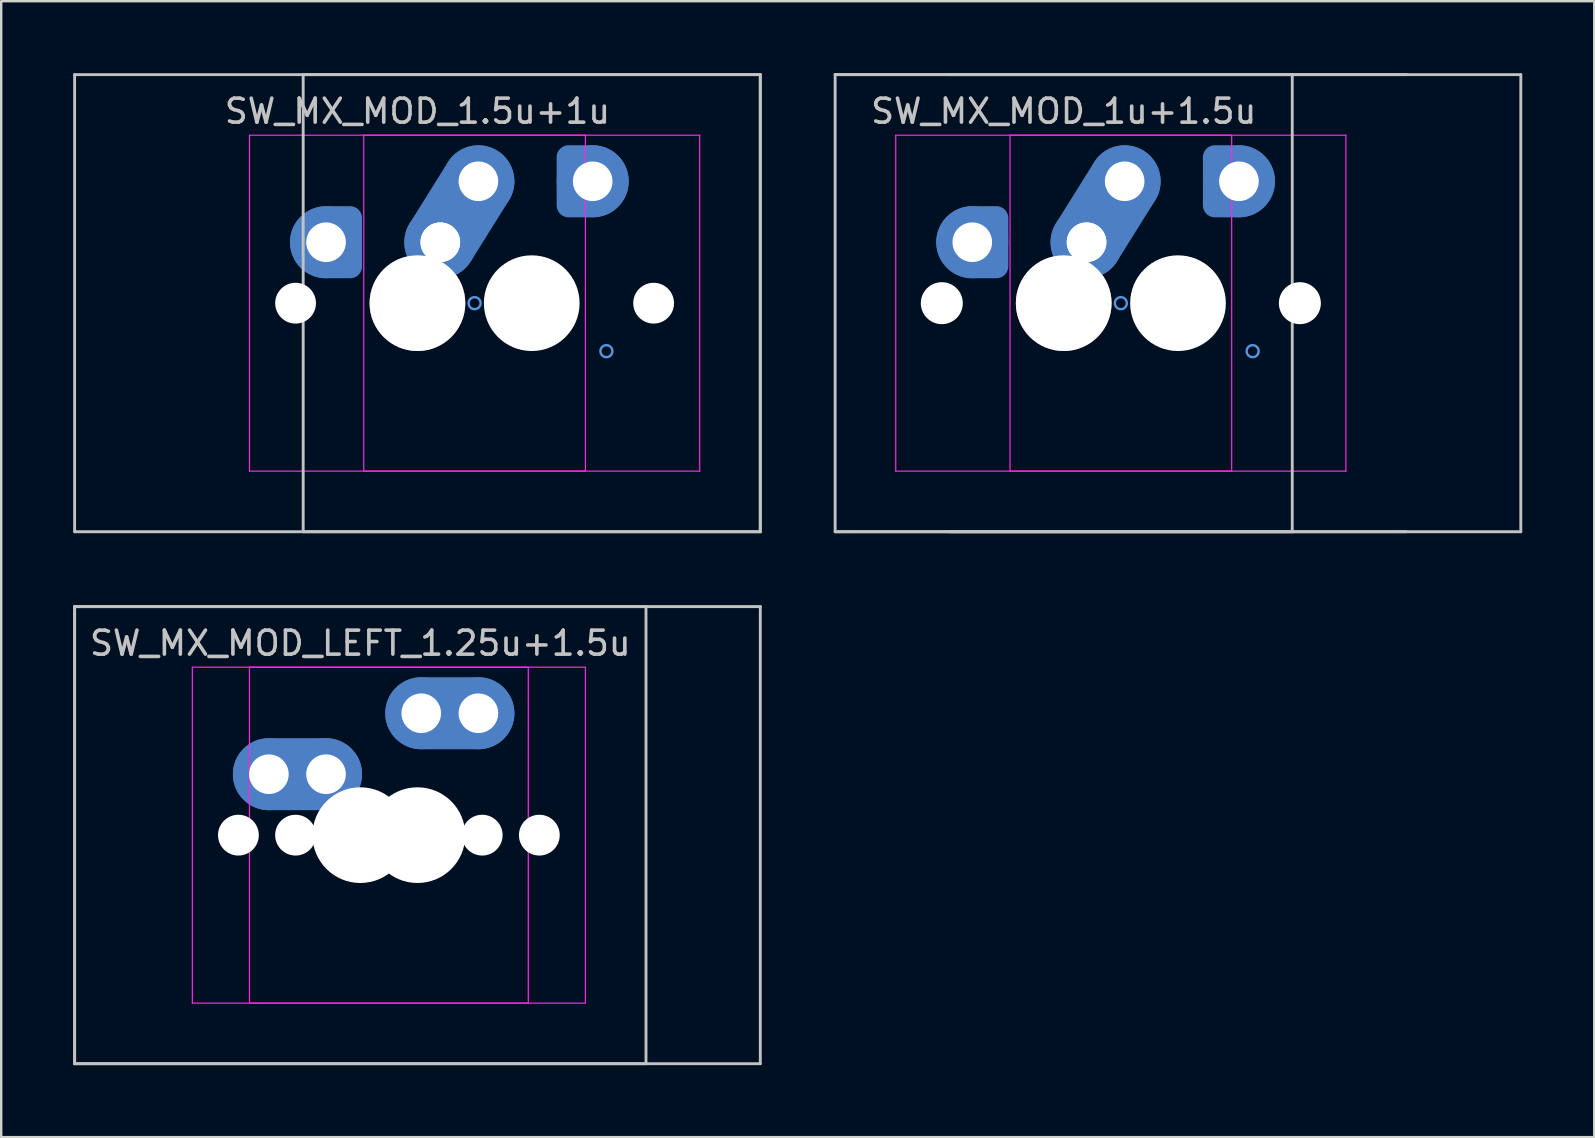
<source format=kicad_pcb>
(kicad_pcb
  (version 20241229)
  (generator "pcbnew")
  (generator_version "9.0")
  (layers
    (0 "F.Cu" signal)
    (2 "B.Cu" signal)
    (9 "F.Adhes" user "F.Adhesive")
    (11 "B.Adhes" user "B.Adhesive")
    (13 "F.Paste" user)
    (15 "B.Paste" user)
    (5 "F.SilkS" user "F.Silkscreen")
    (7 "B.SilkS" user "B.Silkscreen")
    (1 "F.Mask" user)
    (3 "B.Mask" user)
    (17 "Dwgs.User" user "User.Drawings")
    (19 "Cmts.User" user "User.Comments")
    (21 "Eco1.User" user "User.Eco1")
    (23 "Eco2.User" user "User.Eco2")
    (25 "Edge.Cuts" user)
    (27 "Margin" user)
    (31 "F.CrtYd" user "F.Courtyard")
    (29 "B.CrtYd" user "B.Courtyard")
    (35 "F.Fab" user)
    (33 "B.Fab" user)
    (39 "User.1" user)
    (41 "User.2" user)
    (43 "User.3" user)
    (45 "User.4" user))
  (footprint "SW_MX_MOD_1u+1.5u"
    (layer "F.Cu")
    (at 41.28 9.585)
    (property "Reference" "SW_MX_MOD_1u+1.5u" (at 0 -8 0) (layer "Dwgs.User") (effects (font (size 1 1) (thickness 0.15))))
    (attr through_hole exclude_from_pos_files exclude_from_bom)
    (fp_line (start -9.525 -9.525) (end -9.525 9.525) (stroke (width 0.12) (type solid)) (layer "Dwgs.User"))
    (fp_line (start -9.525 9.525) (end 9.525 9.525) (stroke (width 0.12) (type solid)) (layer "Dwgs.User"))
    (fp_line (start -9.525 9.525) (end 19.05 9.525) (stroke (width 0.12) (type solid)) (layer "Dwgs.User"))
    (fp_line (start -4.763 9.525) (end 14.287 9.525) (stroke (width 0.12) (type solid)) (layer "Dwgs.User"))
    (fp_line (start 9.525 -9.525) (end -9.525 -9.525) (stroke (width 0.12) (type solid)) (layer "Dwgs.User"))
    (fp_line (start 9.525 9.525) (end 9.525 -9.525) (stroke (width 0.12) (type solid)) (layer "Dwgs.User"))
    (fp_line (start 14.287 -9.525) (end -4.763 -9.525) (stroke (width 0.12) (type solid)) (layer "Dwgs.User"))
    (fp_line (start 19.05 -9.525) (end -9.525 -9.525) (stroke (width 0.12) (type solid)) (layer "Dwgs.User"))
    (fp_line (start 19.05 9.525) (end 19.05 -9.525) (stroke (width 0.12) (type solid)) (layer "Dwgs.User"))
    (fp_circle (center -3.81 -2.54) (end -3.81 -2.79) (stroke (width 0.1) (type default)) (fill no) (layer "Cmts.User"))
    (fp_circle (center 2.381 0) (end 2.381 -0.25) (stroke (width 0.1) (type default)) (fill no) (layer "Cmts.User"))
    (fp_circle (center 7.303 -5.08) (end 7.303 -4.83) (stroke (width 0.1) (type default)) (fill no) (layer "Cmts.User"))
    (fp_circle (center 7.874 2) (end 7.874 1.75) (stroke (width 0.1) (type default)) (fill no) (layer "Cmts.User"))
    (fp_line (start -7 6.5) (end -7 -6.5) (stroke (width 0.05) (type solid)) (layer "Eco2.User"))
    (fp_line (start -6.5 -7) (end 6.5 -7) (stroke (width 0.05) (type solid)) (layer "Eco2.User"))
    (fp_line (start -2.237 6.5) (end -2.237 -6.5) (stroke (width 0.05) (type solid)) (layer "Eco2.User"))
    (fp_line (start -1.738 -7) (end 11.262 -7) (stroke (width 0.05) (type solid)) (layer "Eco2.User"))
    (fp_line (start 6.5 7) (end -6.5 7) (stroke (width 0.05) (type solid)) (layer "Eco2.User"))
    (fp_line (start 7 -6.5) (end 7 6.5) (stroke (width 0.05) (type solid)) (layer "Eco2.User"))
    (fp_line (start 11.262 7) (end -1.738 7) (stroke (width 0.05) (type solid)) (layer "Eco2.User"))
    (fp_line (start 11.762 -6.5) (end 11.762 6.5) (stroke (width 0.05) (type solid)) (layer "Eco2.User"))
    (fp_arc (start -7 -6.5) (mid -6.853553 -6.853553) (end -6.5 -7) (stroke (width 0.05) (type solid)) (layer "Eco2.User"))
    (fp_arc (start -6.5 7) (mid -6.853553 6.853553) (end -7 6.5) (stroke (width 0.05) (type solid)) (layer "Eco2.User"))
    (fp_arc (start -2.2375 -6.5) (mid -2.091053 -6.853553) (end -1.7375 -7) (stroke (width 0.05) (type solid)) (layer "Eco2.User"))
    (fp_arc (start -1.7375 7) (mid -2.091053 6.853553) (end -2.2375 6.5) (stroke (width 0.05) (type solid)) (layer "Eco2.User"))
    (fp_arc (start 6.5 -7) (mid 6.853553 -6.853553) (end 7 -6.5) (stroke (width 0.05) (type solid)) (layer "Eco2.User"))
    (fp_arc (start 6.997236 6.498884) (mid 6.850789 6.852437) (end 6.497236 6.998884) (stroke (width 0.05) (type solid)) (layer "Eco2.User"))
    (fp_arc (start 11.2625 -7) (mid 11.616053 -6.853553) (end 11.7625 -6.5) (stroke (width 0.05) (type solid)) (layer "Eco2.User"))
    (fp_arc (start 11.759736 6.498884) (mid 11.613289 6.852437) (end 11.259736 6.998884) (stroke (width 0.05) (type solid)) (layer "Eco2.User"))
    (fp_line (start -7 -7) (end -7 7) (stroke (width 0.05) (type solid)) (layer "F.CrtYd"))
    (fp_line (start -7 7) (end 7 7) (stroke (width 0.05) (type solid)) (layer "F.CrtYd"))
    (fp_line (start -2.237 -7) (end -2.237 7) (stroke (width 0.05) (type solid)) (layer "F.CrtYd"))
    (fp_line (start -2.237 7) (end 11.762 7) (stroke (width 0.05) (type solid)) (layer "F.CrtYd"))
    (fp_line (start 7 -7) (end -7 -7) (stroke (width 0.05) (type solid)) (layer "F.CrtYd"))
    (fp_line (start 7 7) (end 7 -7) (stroke (width 0.05) (type solid)) (layer "F.CrtYd"))
    (fp_line (start 11.762 -7) (end -2.237 -7) (stroke (width 0.05) (type solid)) (layer "F.CrtYd"))
    (fp_line (start 11.762 7) (end 11.762 -7) (stroke (width 0.05) (type solid)) (layer "F.CrtYd"))
    (pad "" np_thru_hole circle (at -5.08 0) (size 1.75 1.75) (drill 1.75) (layers "*.Cu" "*.Mask"))
    (pad "" np_thru_hole circle (at 4.763 0) (size 3.988 3.988) (drill 3.988) (layers "*.Cu" "*.Mask"))
    (pad "" np_thru_hole circle (at 9.842 0) (size 1.75 1.75) (drill 1.75) (layers "*.Cu" "*.Mask"))
    (pad "1" thru_hole circle (at -3.81 -2.54) (size 2 2) (drill 1.65) (layers "*.Cu") (remove_unused_layers yes) (keep_end_layers yes) (zone_layer_connections))
    (pad "1" smd custom (at -3.81 -2.54) (size 2.7 2.7) (layers "B.Cu" "B.Mask") (options (anchor circle)) (primitives (gr_poly (pts (arc (start 0 1.35) (mid -1.35 0) (end 0 -1.35)) (arc (start 0.9 -1.35) (mid 1.218198 -1.218198) (end 1.35 -0.9)) (arc (start 1.35 0.9) (mid 1.218198 1.218198) (end 0.9 1.35))) (width 0.004) (fill yes))))
    (pad "1" smd circle (at -3.81 -2.54) (size 3 3) (layers "B.Cu"))
    (pad "1" smd custom (at -3.81 -2.54) (size 3 3) (layers "B.Cu") (options (anchor circle)) (primitives (gr_poly (pts (arc (start 0 1.5) (mid -1.5 0) (end 0 -1.5)) (arc (start 1 -1.5) (mid 1.353554 -1.353554) (end 1.5 -1)) (arc (start 1.5 1) (mid 1.353554 1.353554) (end 1 1.5))) (width 0.004) (fill yes))))
    (pad "1" thru_hole circle (at 7.303 -5.08 180) (size 2 2) (drill 1.65) (layers "*.Cu") (remove_unused_layers yes) (keep_end_layers yes) (zone_layer_connections))
    (pad "1" smd custom (at 7.303 -5.08 180) (size 2.7 2.7) (layers "B.Cu" "B.Mask") (options (anchor circle)) (primitives (gr_poly (pts (arc (start 0 1.35) (mid -1.35 0) (end 0 -1.35)) (arc (start 0.9 -1.35) (mid 1.218198 -1.218198) (end 1.35 -0.9)) (arc (start 1.35 0.9) (mid 1.218198 1.218198) (end 0.9 1.35))) (width 0.004) (fill yes))))
    (pad "1" smd circle (at 7.303 -5.08 180) (size 3 3) (layers "B.Cu"))
    (pad "1" smd custom (at 7.303 -5.08 180) (size 3 3) (layers "B.Cu") (options (anchor circle)) (primitives (gr_poly (pts (arc (start 0 1.5) (mid -1.5 0) (end 0 -1.5)) (arc (start 1 -1.5) (mid 1.353554 -1.353554) (end 1.5 -1)) (arc (start 1.5 1) (mid 1.353554 1.353554) (end 1 1.5))) (width 0.004) (fill yes))))
    (pad "2" thru_hole circle (at 0 0) (size 3.988 3.988) (drill 3.988) (layers "*.Cu" "*.Mask"))
    (pad "2" thru_hole circle (at 0.953 -2.54) (size 2 2) (drill 1.65) (layers "*.Cu") (remove_unused_layers yes) (keep_end_layers yes) (zone_layer_connections))
    (pad "2" thru_hole circle (at 0.953 -2.54) (size 2 2) (drill 1.65) (layers "*.Cu") (remove_unused_layers yes) (keep_end_layers yes) (zone_layer_connections))
    (pad "2" smd circle (at 0.953 -2.54 180) (size 2.7 2.7) (layers "B.Cu" "B.Mask"))
    (pad "2" smd circle (at 0.953 -2.54 180) (size 3 3) (layers "B.Cu"))
    (pad "2" smd oval (at 1.745 -3.808 328) (size 2 4.995) (layers "F.Cu"))
    (pad "2" smd oval (at 1.745 -3.808 148) (size 2 4.995) (layers "F.Cu"))
    (pad "2" smd oval (at 1.745 -3.808 328) (size 3 5.995) (layers "B.Cu"))
    (pad "2" thru_hole circle (at 2.54 -5.08) (size 2 2) (drill 1.65) (layers "*.Cu") (remove_unused_layers yes) (keep_end_layers yes) (zone_layer_connections))
    (pad "2" smd circle (at 2.54 -5.08) (size 2.7 2.7) (layers "B.Cu" "B.Mask"))
    (pad "2" smd circle (at 2.54 -5.08 180) (size 3 3) (layers "B.Cu")))
  (footprint "SW_MX_MOD_LEFT_1.25u+1.5u"
    (layer "F.Cu")
    (at 11.966 31.755)
    (property "Reference" "SW_MX_MOD_LEFT_1.25u+1.5u" (at 0 -8 0) (layer "Dwgs.User") (effects (font (size 1 1) (thickness 0.15))))
    (attr through_hole exclude_from_pos_files exclude_from_bom)
    (fp_line (start -11.906 -9.525) (end -11.906 9.525) (stroke (width 0.12) (type solid)) (layer "Dwgs.User"))
    (fp_line (start -11.906 -9.525) (end -11.906 9.525) (stroke (width 0.12) (type solid)) (layer "Dwgs.User"))
    (fp_line (start -11.906 9.525) (end 11.906 9.525) (stroke (width 0.12) (type solid)) (layer "Dwgs.User"))
    (fp_line (start -11.906 9.525) (end 16.669 9.525) (stroke (width 0.12) (type solid)) (layer "Dwgs.User"))
    (fp_line (start 11.906 -9.525) (end -11.906 -9.525) (stroke (width 0.12) (type solid)) (layer "Dwgs.User"))
    (fp_line (start 11.906 9.525) (end 11.906 -9.525) (stroke (width 0.12) (type solid)) (layer "Dwgs.User"))
    (fp_line (start 16.669 -9.525) (end -11.906 -9.525) (stroke (width 0.12) (type solid)) (layer "Dwgs.User"))
    (fp_line (start 16.669 9.525) (end 16.669 -9.525) (stroke (width 0.12) (type solid)) (layer "Dwgs.User"))
    (fp_line (start -7 6.5) (end -7 -6.5) (stroke (width 0.05) (type solid)) (layer "Eco2.User"))
    (fp_line (start -6.5 -7) (end 6.5 -7) (stroke (width 0.05) (type solid)) (layer "Eco2.User"))
    (fp_line (start -4.619 6.5) (end -4.619 -6.5) (stroke (width 0.05) (type solid)) (layer "Eco2.User"))
    (fp_line (start -4.119 -7) (end 8.881 -7) (stroke (width 0.05) (type solid)) (layer "Eco2.User"))
    (fp_line (start 6.5 7) (end -6.5 7) (stroke (width 0.05) (type solid)) (layer "Eco2.User"))
    (fp_line (start 7 -6.5) (end 7 6.5) (stroke (width 0.05) (type solid)) (layer "Eco2.User"))
    (fp_line (start 8.881 7) (end -4.119 7) (stroke (width 0.05) (type solid)) (layer "Eco2.User"))
    (fp_line (start 9.381 -6.5) (end 9.381 6.5) (stroke (width 0.05) (type solid)) (layer "Eco2.User"))
    (fp_arc (start -7 -6.5) (mid -6.853553 -6.853553) (end -6.5 -7) (stroke (width 0.05) (type solid)) (layer "Eco2.User"))
    (fp_arc (start -6.5 7) (mid -6.853553 6.853553) (end -7 6.5) (stroke (width 0.05) (type solid)) (layer "Eco2.User"))
    (fp_arc (start -4.61875 -6.5) (mid -4.472303 -6.853553) (end -4.11875 -7) (stroke (width 0.05) (type solid)) (layer "Eco2.User"))
    (fp_arc (start -4.11875 7) (mid -4.472303 6.853553) (end -4.61875 6.5) (stroke (width 0.05) (type solid)) (layer "Eco2.User"))
    (fp_arc (start 6.5 -7) (mid 6.853553 -6.853553) (end 7 -6.5) (stroke (width 0.05) (type solid)) (layer "Eco2.User"))
    (fp_arc (start 6.997236 6.498884) (mid 6.850789 6.852437) (end 6.497236 6.998884) (stroke (width 0.05) (type solid)) (layer "Eco2.User"))
    (fp_arc (start 8.88125 -7) (mid 9.234803 -6.853553) (end 9.38125 -6.5) (stroke (width 0.05) (type solid)) (layer "Eco2.User"))
    (fp_arc (start 9.378486 6.498884) (mid 9.232039 6.852437) (end 8.878486 6.998884) (stroke (width 0.05) (type solid)) (layer "Eco2.User"))
    (fp_line (start -7 -7) (end -7 7) (stroke (width 0.05) (type solid)) (layer "F.CrtYd"))
    (fp_line (start -7 7) (end 7 7) (stroke (width 0.05) (type solid)) (layer "F.CrtYd"))
    (fp_line (start -4.619 -7) (end -4.619 7) (stroke (width 0.05) (type solid)) (layer "F.CrtYd"))
    (fp_line (start -4.619 7) (end 9.381 7) (stroke (width 0.05) (type solid)) (layer "F.CrtYd"))
    (fp_line (start 7 -7) (end -7 -7) (stroke (width 0.05) (type solid)) (layer "F.CrtYd"))
    (fp_line (start 7 7) (end 7 -7) (stroke (width 0.05) (type solid)) (layer "F.CrtYd"))
    (fp_line (start 9.381 -7) (end -4.619 -7) (stroke (width 0.05) (type solid)) (layer "F.CrtYd"))
    (fp_line (start 9.381 7) (end 9.381 -7) (stroke (width 0.05) (type solid)) (layer "F.CrtYd"))
    (pad "" np_thru_hole circle (at -5.08 0) (size 1.7 1.7) (drill 1.7) (layers "*.Cu" "*.Mask"))
    (pad "" np_thru_hole circle (at -2.699 0) (size 1.7 1.7) (drill 1.7) (layers "*.Cu" "*.Mask"))
    (pad "" np_thru_hole circle (at 0 0) (size 3.988 3.988) (drill 3.988) (layers "*.Cu" "*.Mask"))
    (pad "" np_thru_hole circle (at 2.381 0) (size 3.988 3.988) (drill 3.988) (layers "*.Cu" "*.Mask"))
    (pad "" np_thru_hole circle (at 5.08 0) (size 1.7 1.7) (drill 1.7) (layers "*.Cu" "*.Mask"))
    (pad "" np_thru_hole circle (at 7.461 0) (size 1.7 1.7) (drill 1.7) (layers "*.Cu" "*.Mask"))
    (pad "1" thru_hole circle (at -3.81 -2.54) (size 2 2) (drill 1.65) (layers "*.Cu") (remove_unused_layers yes) (keep_end_layers yes) (zone_layer_connections))
    (pad "1" smd circle (at -3.81 -2.54) (size 2.7 2.7) (layers "B.Cu" "B.Mask"))
    (pad "1" smd circle (at -3.81 -2.54) (size 3 3) (layers "B.Cu"))
    (pad "1" smd oval (at -2.619 -2.54) (size 4.381 2) (layers "F.Cu"))
    (pad "1" smd oval (at -2.619 -2.54) (size 5.381 3) (layers "B.Cu"))
    (pad "1" thru_hole circle (at -1.429 -2.54) (size 2 2) (drill 1.65) (layers "*.Cu") (remove_unused_layers yes) (keep_end_layers yes) (zone_layer_connections))
    (pad "1" smd circle (at -1.429 -2.54) (size 2.7 2.7) (layers "B.Cu" "B.Mask"))
    (pad "1" smd circle (at -1.429 -2.54) (size 3 3) (layers "B.Cu"))
    (pad "2" thru_hole circle (at 2.54 -5.08) (size 2 2) (drill 1.65) (layers "*.Cu") (remove_unused_layers yes) (keep_end_layers yes) (zone_layer_connections))
    (pad "2" smd circle (at 2.54 -5.08) (size 2.7 2.7) (layers "B.Cu" "B.Mask"))
    (pad "2" smd circle (at 2.54 -5.08) (size 3 3) (layers "B.Cu"))
    (pad "2" smd oval (at 3.731 -5.08) (size 4.381 2) (layers "F.Cu"))
    (pad "2" smd oval (at 3.731 -5.08) (size 5.381 3) (layers "B.Cu"))
    (pad "2" thru_hole circle (at 4.921 -5.08) (size 2 2) (drill 1.65) (layers "*.Cu") (remove_unused_layers yes) (keep_end_layers yes) (zone_layer_connections))
    (pad "2" smd circle (at 4.921 -5.08) (size 2.7 2.7) (layers "B.Cu" "B.Mask"))
    (pad "2" smd circle (at 4.921 -5.08) (size 3 3) (layers "B.Cu")))
  (footprint "SW_MX_MOD_1.5u+1u"
    (layer "F.Cu")
    (at 19.11 9.585)
    (property "Reference" "SW_MX_MOD_1.5u+1u" (at -4.763 -8 0) (layer "Dwgs.User") (effects (font (size 1 1) (thickness 0.15))))
    (attr through_hole exclude_from_pos_files exclude_from_bom)
    (fp_line (start -19.05 -9.525) (end -19.05 9.525) (stroke (width 0.12) (type solid)) (layer "Dwgs.User"))
    (fp_line (start -19.05 9.525) (end 9.525 9.525) (stroke (width 0.12) (type solid)) (layer "Dwgs.User"))
    (fp_line (start -9.525 -9.525) (end -9.525 9.525) (stroke (width 0.12) (type solid)) (layer "Dwgs.User"))
    (fp_line (start -9.525 9.525) (end 9.525 9.525) (stroke (width 0.12) (type solid)) (layer "Dwgs.User"))
    (fp_line (start 9.525 -9.525) (end -19.05 -9.525) (stroke (width 0.12) (type solid)) (layer "Dwgs.User"))
    (fp_line (start 9.525 -9.525) (end -9.525 -9.525) (stroke (width 0.12) (type solid)) (layer "Dwgs.User"))
    (fp_line (start 9.525 9.525) (end 9.525 -9.525) (stroke (width 0.12) (type solid)) (layer "Dwgs.User"))
    (fp_line (start 9.525 9.525) (end 9.525 -9.525) (stroke (width 0.12) (type solid)) (layer "Dwgs.User"))
    (fp_circle (center -8.572 -2.54) (end -8.572 -2.79) (stroke (width 0.1) (type default)) (fill no) (layer "Cmts.User"))
    (fp_circle (center -2.381 0) (end -2.381 -0.25) (stroke (width 0.1) (type default)) (fill no) (layer "Cmts.User"))
    (fp_circle (center 2.54 -5.08) (end 2.54 -4.83) (stroke (width 0.1) (type default)) (fill no) (layer "Cmts.User"))
    (fp_circle (center 3.112 2) (end 3.112 1.75) (stroke (width 0.1) (type default)) (fill no) (layer "Cmts.User"))
    (fp_line (start -11.762 6.5) (end -11.762 -6.5) (stroke (width 0.05) (type solid)) (layer "Eco2.User"))
    (fp_line (start -11.262 -7) (end 1.738 -7) (stroke (width 0.05) (type solid)) (layer "Eco2.User"))
    (fp_line (start -7 6.5) (end -7 -6.5) (stroke (width 0.05) (type solid)) (layer "Eco2.User"))
    (fp_line (start -6.5 -7) (end 6.5 -7) (stroke (width 0.05) (type solid)) (layer "Eco2.User"))
    (fp_line (start 1.738 7) (end -11.262 7) (stroke (width 0.05) (type solid)) (layer "Eco2.User"))
    (fp_line (start 2.237 -6.5) (end 2.237 6.5) (stroke (width 0.05) (type solid)) (layer "Eco2.User"))
    (fp_line (start 6.5 7) (end -6.5 7) (stroke (width 0.05) (type solid)) (layer "Eco2.User"))
    (fp_line (start 7 -6.5) (end 7 6.5) (stroke (width 0.05) (type solid)) (layer "Eco2.User"))
    (fp_arc (start -11.7625 -6.5) (mid -11.616053 -6.853553) (end -11.2625 -7) (stroke (width 0.05) (type solid)) (layer "Eco2.User"))
    (fp_arc (start -11.2625 7) (mid -11.616053 6.853553) (end -11.7625 6.5) (stroke (width 0.05) (type solid)) (layer "Eco2.User"))
    (fp_arc (start -7 -6.5) (mid -6.853553 -6.853553) (end -6.5 -7) (stroke (width 0.05) (type solid)) (layer "Eco2.User"))
    (fp_arc (start -6.5 7) (mid -6.853553 6.853553) (end -7 6.5) (stroke (width 0.05) (type solid)) (layer "Eco2.User"))
    (fp_arc (start 1.7375 -7) (mid 2.091053 -6.853553) (end 2.2375 -6.5) (stroke (width 0.05) (type solid)) (layer "Eco2.User"))
    (fp_arc (start 2.234736 6.498884) (mid 2.088297 6.85246) (end 1.734736 6.998884) (stroke (width 0.05) (type solid)) (layer "Eco2.User"))
    (fp_arc (start 6.5 -7) (mid 6.853553 -6.853553) (end 7 -6.5) (stroke (width 0.05) (type solid)) (layer "Eco2.User"))
    (fp_arc (start 6.997236 6.498884) (mid 6.850806 6.852455) (end 6.497236 6.998884) (stroke (width 0.05) (type solid)) (layer "Eco2.User"))
    (fp_line (start -11.762 -7) (end -11.762 7) (stroke (width 0.05) (type solid)) (layer "F.CrtYd"))
    (fp_line (start -11.762 7) (end 2.237 7) (stroke (width 0.05) (type solid)) (layer "F.CrtYd"))
    (fp_line (start -7 -7) (end -7 7) (stroke (width 0.05) (type solid)) (layer "F.CrtYd"))
    (fp_line (start -7 7) (end 7 7) (stroke (width 0.05) (type solid)) (layer "F.CrtYd"))
    (fp_line (start 2.237 -7) (end -11.762 -7) (stroke (width 0.05) (type solid)) (layer "F.CrtYd"))
    (fp_line (start 2.237 7) (end 2.237 -7) (stroke (width 0.05) (type solid)) (layer "F.CrtYd"))
    (fp_line (start 7 -7) (end -7 -7) (stroke (width 0.05) (type solid)) (layer "F.CrtYd"))
    (fp_line (start 7 7) (end 7 -7) (stroke (width 0.05) (type solid)) (layer "F.CrtYd"))
    (pad "" np_thru_hole circle (at -9.842 0) (size 1.7 1.7) (drill 1.7) (layers "*.Cu" "*.Mask"))
    (pad "" np_thru_hole circle (at 0 0) (size 3.988 3.988) (drill 3.988) (layers "*.Cu" "*.Mask"))
    (pad "" np_thru_hole circle (at 5.08 0) (size 1.7 1.7) (drill 1.7) (layers "*.Cu" "*.Mask"))
    (pad "1" thru_hole circle (at -8.572 -2.54) (size 2 2) (drill 1.65) (layers "*.Cu") (remove_unused_layers yes) (keep_end_layers yes) (zone_layer_connections))
    (pad "1" smd custom (at -8.572 -2.54) (size 2.7 2.7) (layers "B.Cu" "B.Mask") (options (anchor circle)) (primitives (gr_poly (pts (arc (start 0 1.35) (mid -1.35 0) (end 0 -1.35)) (arc (start 0.9 -1.35) (mid 1.218198 -1.218198) (end 1.35 -0.9)) (arc (start 1.35 0.9) (mid 1.218198 1.218198) (end 0.9 1.35))) (width 0.004) (fill yes))))
    (pad "1" smd circle (at -8.572 -2.54) (size 3 3) (layers "B.Cu"))
    (pad "1" smd custom (at -8.572 -2.54) (size 3 3) (layers "B.Cu") (options (anchor circle)) (primitives (gr_poly (pts (arc (start 0 1.5) (mid -1.5 0) (end 0 -1.5)) (arc (start 1 -1.5) (mid 1.353554 -1.353554) (end 1.5 -1)) (arc (start 1.5 1) (mid 1.353554 1.353554) (end 1 1.5))) (width 0.004) (fill yes))))
    (pad "1" thru_hole circle (at 2.54 -5.08 180) (size 2 2) (drill 1.65) (layers "*.Cu") (remove_unused_layers yes) (keep_end_layers yes) (zone_layer_connections))
    (pad "1" smd custom (at 2.54 -5.08 180) (size 2.7 2.7) (layers "B.Cu" "B.Mask") (options (anchor circle)) (primitives (gr_poly (pts (arc (start 0 1.35) (mid -1.35 0) (end 0 -1.35)) (arc (start 0.9 -1.35) (mid 1.218198 -1.218198) (end 1.35 -0.9)) (arc (start 1.35 0.9) (mid 1.218198 1.218198) (end 0.9 1.35))) (width 0.004) (fill yes))))
    (pad "1" smd circle (at 2.54 -5.08 180) (size 3 3) (layers "B.Cu"))
    (pad "1" smd custom (at 2.54 -5.08 180) (size 3 3) (layers "B.Cu") (options (anchor circle)) (primitives (gr_poly (pts (arc (start 0 1.5) (mid -1.5 0) (end 0 -1.5)) (arc (start 1 -1.5) (mid 1.353554 -1.353554) (end 1.5 -1)) (arc (start 1.5 1) (mid 1.353554 1.353554) (end 1 1.5))) (width 0.004) (fill yes))))
    (pad "2" thru_hole circle (at -4.763 0) (size 3.988 3.988) (drill 3.988) (layers "*.Cu" "*.Mask"))
    (pad "2" thru_hole circle (at -3.81 -2.54) (size 2 2) (drill 1.65) (layers "*.Cu") (remove_unused_layers yes) (keep_end_layers yes) (zone_layer_connections))
    (pad "2" thru_hole circle (at -3.81 -2.54) (size 2 2) (drill 1.65) (layers "*.Cu") (remove_unused_layers yes) (keep_end_layers yes) (zone_layer_connections))
    (pad "2" smd circle (at -3.81 -2.54 180) (size 2.7 2.7) (layers "B.Cu" "B.Mask"))
    (pad "2" smd circle (at -3.81 -2.54 180) (size 3 3) (layers "B.Cu"))
    (pad "2" smd oval (at -3.017 -3.808 328) (size 2 4.995) (layers "F.Cu"))
    (pad "2" smd oval (at -3.017 -3.808 148) (size 2 4.995) (layers "F.Cu"))
    (pad "2" smd oval (at -3.017 -3.808 328) (size 3 5.995) (layers "B.Cu"))
    (pad "2" thru_hole circle (at -2.223 -5.08) (size 2 2) (drill 1.65) (layers "*.Cu") (remove_unused_layers yes) (keep_end_layers yes) (zone_layer_connections))
    (pad "2" smd circle (at -2.223 -5.08) (size 2.7 2.7) (layers "B.Cu" "B.Mask"))
    (pad "2" smd circle (at -2.223 -5.08 180) (size 3 3) (layers "B.Cu")))
  (gr_rect
    (start -3 -3)
    (end 63.39 44.34)
    (stroke (width 0.1) (type default))
    (fill no)
    (layer "Edge.Cuts")))
</source>
